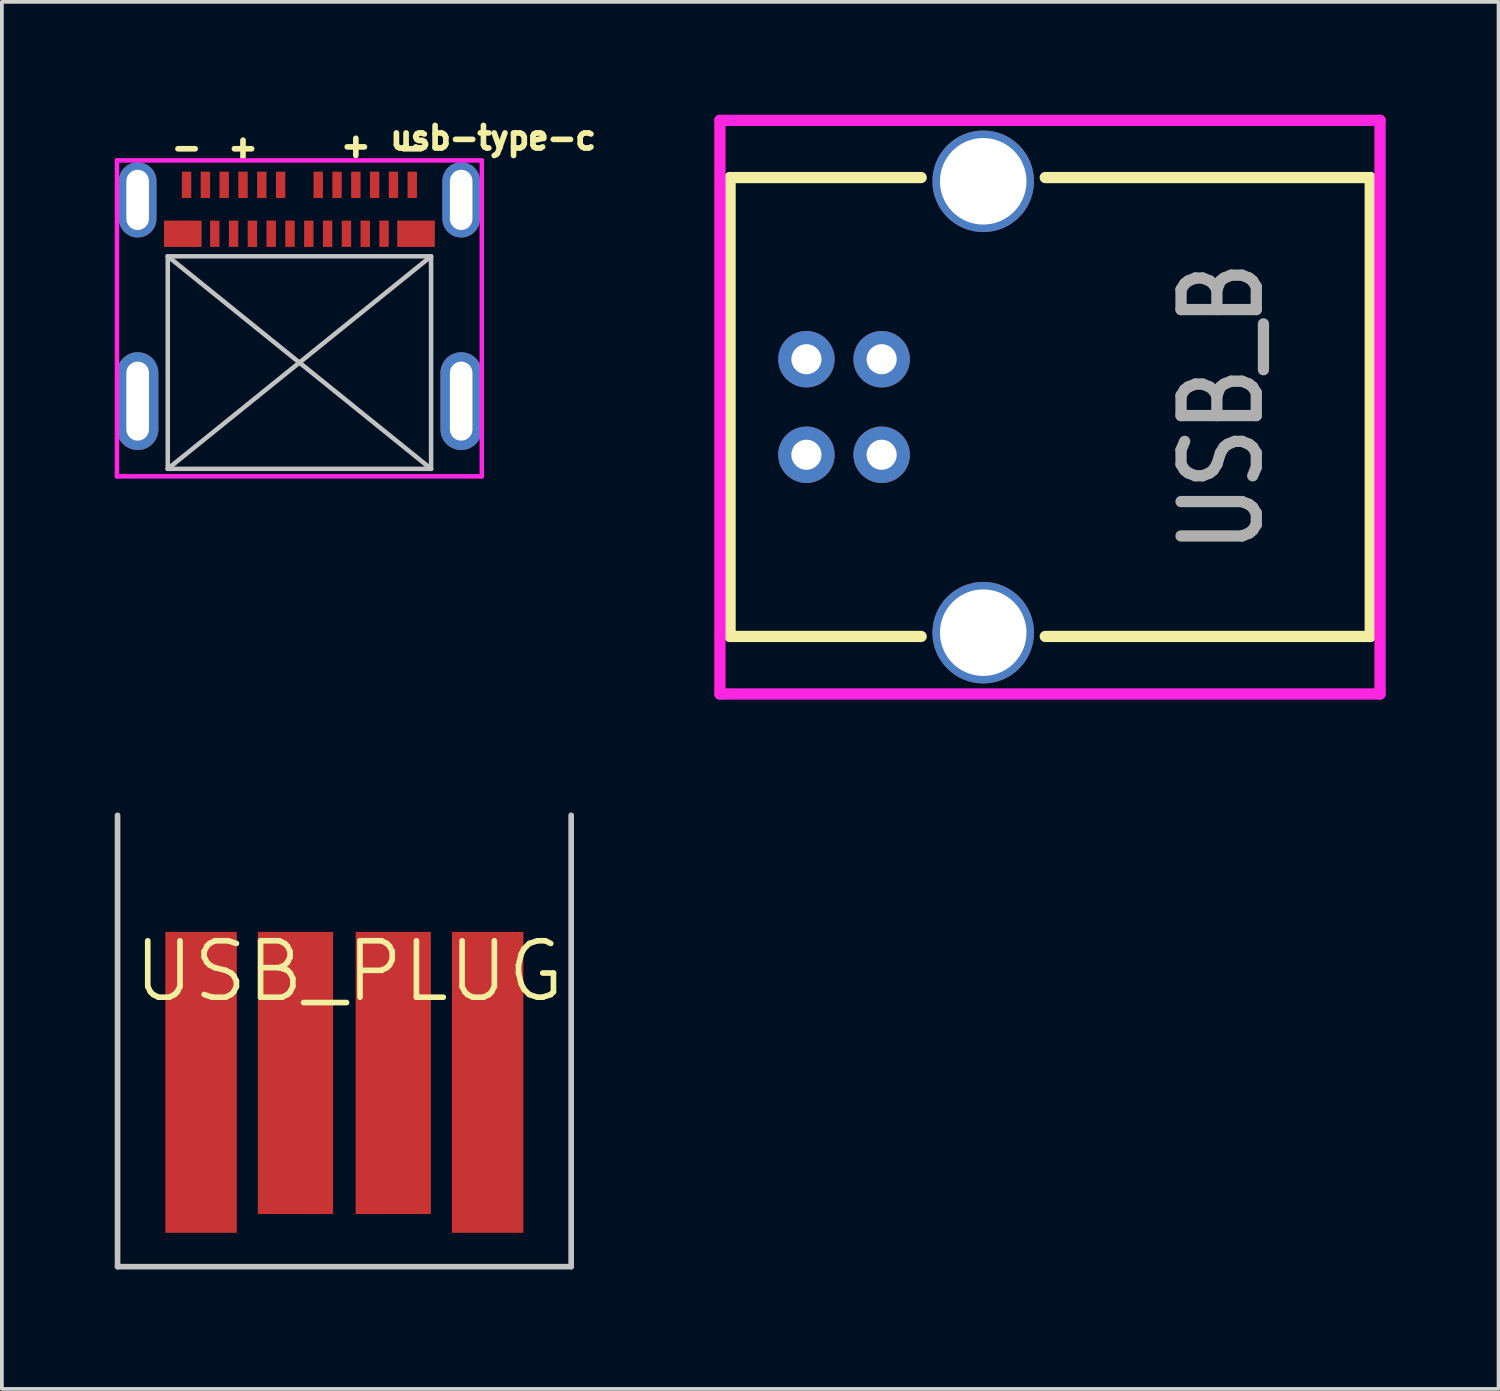
<source format=kicad_pcb>
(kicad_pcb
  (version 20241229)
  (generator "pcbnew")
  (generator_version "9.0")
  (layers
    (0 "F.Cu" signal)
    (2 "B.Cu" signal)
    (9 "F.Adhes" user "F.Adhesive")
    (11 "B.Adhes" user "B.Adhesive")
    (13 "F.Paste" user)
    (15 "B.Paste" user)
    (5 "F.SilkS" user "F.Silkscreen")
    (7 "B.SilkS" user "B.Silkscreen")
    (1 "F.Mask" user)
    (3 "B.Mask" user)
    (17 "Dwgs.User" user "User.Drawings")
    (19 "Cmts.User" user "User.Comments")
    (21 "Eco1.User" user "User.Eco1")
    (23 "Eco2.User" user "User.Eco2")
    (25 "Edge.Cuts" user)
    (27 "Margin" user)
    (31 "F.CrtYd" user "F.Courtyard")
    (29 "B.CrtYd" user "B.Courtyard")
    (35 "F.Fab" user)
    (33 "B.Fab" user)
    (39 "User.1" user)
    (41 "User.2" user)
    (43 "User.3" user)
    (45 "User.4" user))
  (footprint "usb-type-c"
    (layer "F.Cu")
    (at 1.91 1.864)
    (property "Reference" "usb-type-c" (at 8.15 -1.25 0) (layer "F.SilkS") (effects (font (size 0.6 0.6) (thickness 0.15))))
    (attr through_hole)
    (fp_line (start -0.5 1.9) (end 6.5 7.55) (stroke (width 0.12) (type solid)) (layer "Dwgs.User"))
    (fp_line (start -0.5 7.55) (end -0.5 1.9) (stroke (width 0.12) (type solid)) (layer "Dwgs.User"))
    (fp_line (start 6.5 1.9) (end -0.5 1.9) (stroke (width 0.12) (type solid)) (layer "Dwgs.User"))
    (fp_line (start 6.5 1.9) (end -0.5 7.55) (stroke (width 0.12) (type solid)) (layer "Dwgs.User"))
    (fp_line (start 6.5 7.55) (end -0.5 7.55) (stroke (width 0.12) (type solid)) (layer "Dwgs.User"))
    (fp_line (start 6.5 7.55) (end 6.5 1.9) (stroke (width 0.12) (type solid)) (layer "Dwgs.User"))
    (fp_line (start -1.85 -0.65) (end 7.85 -0.65) (stroke (width 0.12) (type solid)) (layer "F.CrtYd"))
    (fp_line (start -1.85 7.75) (end -1.85 -0.65) (stroke (width 0.12) (type solid)) (layer "F.CrtYd"))
    (fp_line (start 7.85 -0.65) (end 7.85 7.75) (stroke (width 0.12) (type solid)) (layer "F.CrtYd"))
    (fp_line (start 7.85 7.75) (end -1.85 7.75) (stroke (width 0.12) (type solid)) (layer "F.CrtYd"))
    (fp_text user "+" (at 4.5 -1.05 0) (layer "F.SilkS") (effects (font (size 0.6 0.6) (thickness 0.15))))
    (fp_text user "+" (at 1.5 -1 0) (layer "F.SilkS") (effects (font (size 0.6 0.6) (thickness 0.15))))
    (fp_text user "-" (at 6 -1 0) (layer "F.SilkS") (effects (font (size 0.6 0.6) (thickness 0.15))))
    (fp_text user "-" (at 0 -1 0) (layer "F.SilkS") (effects (font (size 0.6 0.6) (thickness 0.15))))
    (pad "1" thru_hole oval (at -1.3 0.4) (size 1 2) (drill oval 0.6 1.6) (layers "*.Cu" "*.Mask"))
    (pad "1" thru_hole oval (at -1.3 5.75) (size 1.1 2.6) (drill oval 0.6 2.1) (layers "*.Cu" "*.Mask"))
    (pad "1" thru_hole oval (at 7.3 0.4) (size 1 2) (drill oval 0.6 1.6) (layers "*.Cu" "*.Mask"))
    (pad "1" thru_hole oval (at 7.3 5.75) (size 1.1 2.6) (drill oval 0.6 2.1) (layers "*.Cu" "*.Mask"))
    (pad "A1" smd rect (at 0 0) (size 0.25 0.7) (layers "F.Cu" "F.Mask" "F.Paste"))
    (pad "A2" smd rect (at 0.5 0) (size 0.25 0.7) (layers "F.Cu" "F.Mask" "F.Paste"))
    (pad "A3" smd rect (at 1 0) (size 0.25 0.7) (layers "F.Cu" "F.Mask" "F.Paste"))
    (pad "A4" smd rect (at 1.5 0) (size 0.25 0.7) (layers "F.Cu" "F.Mask" "F.Paste"))
    (pad "A5" smd rect (at 2 0) (size 0.25 0.7) (layers "F.Cu" "F.Mask" "F.Paste"))
    (pad "A6" smd rect (at 2.5 0) (size 0.25 0.7) (layers "F.Cu" "F.Mask" "F.Paste"))
    (pad "A7" smd rect (at 3.5 0) (size 0.25 0.7) (layers "F.Cu" "F.Mask" "F.Paste"))
    (pad "A8" smd rect (at 4 0) (size 0.25 0.7) (layers "F.Cu" "F.Mask" "F.Paste"))
    (pad "A9" smd rect (at 4.5 0) (size 0.25 0.7) (layers "F.Cu" "F.Mask" "F.Paste"))
    (pad "A10" smd rect (at 5 0) (size 0.25 0.7) (layers "F.Cu" "F.Mask" "F.Paste"))
    (pad "A11" smd rect (at 5.5 0) (size 0.25 0.7) (layers "F.Cu" "F.Mask" "F.Paste"))
    (pad "A12" smd rect (at 6 0) (size 0.25 0.7) (layers "F.Cu" "F.Mask" "F.Paste"))
    (pad "B1" smd rect (at 6.1 1.3) (size 1 0.7) (layers "F.Cu" "F.Mask" "F.Paste"))
    (pad "B2" smd rect (at 5.25 1.3) (size 0.25 0.7) (layers "F.Cu" "F.Mask" "F.Paste"))
    (pad "B3" smd rect (at 4.75 1.3) (size 0.25 0.7) (layers "F.Cu" "F.Mask" "F.Paste"))
    (pad "B4" smd rect (at 4.25 1.3) (size 0.25 0.7) (layers "F.Cu" "F.Mask" "F.Paste"))
    (pad "B5" smd rect (at 3.75 1.3) (size 0.25 0.7) (layers "F.Cu" "F.Mask" "F.Paste"))
    (pad "B6" smd rect (at 3.25 1.3) (size 0.25 0.7) (layers "F.Cu" "F.Mask" "F.Paste"))
    (pad "B7" smd rect (at 2.75 1.3) (size 0.25 0.7) (layers "F.Cu" "F.Mask" "F.Paste"))
    (pad "B8" smd rect (at 2.25 1.3) (size 0.25 0.7) (layers "F.Cu" "F.Mask" "F.Paste"))
    (pad "B9" smd rect (at 1.75 1.3) (size 0.25 0.7) (layers "F.Cu" "F.Mask" "F.Paste"))
    (pad "B10" smd rect (at 1.25 1.3) (size 0.25 0.7) (layers "F.Cu" "F.Mask" "F.Paste"))
    (pad "B11" smd rect (at 0.75 1.3) (size 0.25 0.7) (layers "F.Cu" "F.Mask" "F.Paste"))
    (pad "B12" smd rect (at -0.1 1.3) (size 1 0.7) (layers "F.Cu" "F.Mask" "F.Paste")))
  (footprint "USB_PLUG"
    (layer "F.Cu")
    (at 6.105 30.625)
    (property "Reference" "USB_PLUG" (at 0.13 -7.85 0) (layer "F.SilkS") (effects (font (size 1.5 1.5) (thickness 0.15))))
    (attr exclude_from_pos_files exclude_from_bom)
    (fp_line (start -6.03 0) (end -6.03 -12) (stroke (width 0.15) (type solid)) (layer "Dwgs.User"))
    (fp_line (start 6.03 0) (end -6.03 0) (stroke (width 0.15) (type solid)) (layer "Dwgs.User"))
    (fp_line (start 6.03 0) (end 6.03 -12) (stroke (width 0.15) (type solid)) (layer "Dwgs.User"))
    (pad "1" connect rect (at 3.81 -4.9) (size 1.9 8) (layers "F.Cu" "F.Mask"))
    (pad "2" connect rect (at 1.3 -5.15) (size 2 7.5) (layers "F.Cu" "F.Mask"))
    (pad "3" connect rect (at -1.3 -5.15) (size 2 7.5) (layers "F.Cu" "F.Mask"))
    (pad "4" connect rect (at -3.81 -4.9) (size 1.9 8) (layers "F.Cu" "F.Mask")))
  (footprint "USB_B"
    (layer "F.Cu")
    (at 18.389 6.5)
    (property "Reference" "USB_B" (at 11.05 1.27 90) (layer "F.Fab") (effects (font (size 2 1.6) (thickness 0.3))))
    (attr through_hole)
    (fp_line (start -2.03 -4.83) (end 3.05 -4.83) (stroke (width 0.3) (type solid)) (layer "F.SilkS"))
    (fp_line (start -2.03 7.37) (end -2.03 -4.83) (stroke (width 0.3) (type solid)) (layer "F.SilkS"))
    (fp_line (start -2.03 7.37) (end 3.05 7.37) (stroke (width 0.3) (type solid)) (layer "F.SilkS"))
    (fp_line (start 6.35 -4.83) (end 14.99 -4.83) (stroke (width 0.3) (type solid)) (layer "F.SilkS"))
    (fp_line (start 6.35 7.37) (end 14.99 7.37) (stroke (width 0.3) (type solid)) (layer "F.SilkS"))
    (fp_line (start 14.99 -4.83) (end 14.99 7.37) (stroke (width 0.3) (type solid)) (layer "F.SilkS"))
    (fp_line (start -2.3 -6.35) (end 15.25 -6.35) (stroke (width 0.3) (type solid)) (layer "F.CrtYd"))
    (fp_line (start -2.3 8.9) (end -2.3 -6.35) (stroke (width 0.3) (type solid)) (layer "F.CrtYd"))
    (fp_line (start 15.25 -6.35) (end 15.25 8.9) (stroke (width 0.3) (type solid)) (layer "F.CrtYd"))
    (fp_line (start 15.25 8.9) (end -2.3 8.9) (stroke (width 0.3) (type solid)) (layer "F.CrtYd"))
    (pad "1" thru_hole circle (at 0 0 270) (size 1.5 1.5) (drill 0.8) (layers "*.Cu" "*.Mask"))
    (pad "2" thru_hole circle (at 0 2.54 270) (size 1.5 1.5) (drill 0.8) (layers "*.Cu" "*.Mask"))
    (pad "3" thru_hole circle (at 2 2.54 270) (size 1.5 1.5) (drill 0.8) (layers "*.Cu" "*.Mask"))
    (pad "4" thru_hole circle (at 2 0 270) (size 1.5 1.5) (drill 0.8) (layers "*.Cu" "*.Mask"))
    (pad "5" thru_hole circle (at 4.7 -4.73 270) (size 2.7 2.7) (drill 2.3) (layers "*.Cu" "*.Mask"))
    (pad "5" thru_hole circle (at 4.7 7.27 270) (size 2.7 2.7) (drill 2.3) (layers "*.Cu" "*.Mask")))
  (gr_rect
    (start -3 -3)
    (end 36.789 33.875)
    (stroke (width 0.1) (type default))
    (fill no)
    (layer "Edge.Cuts")))
</source>
